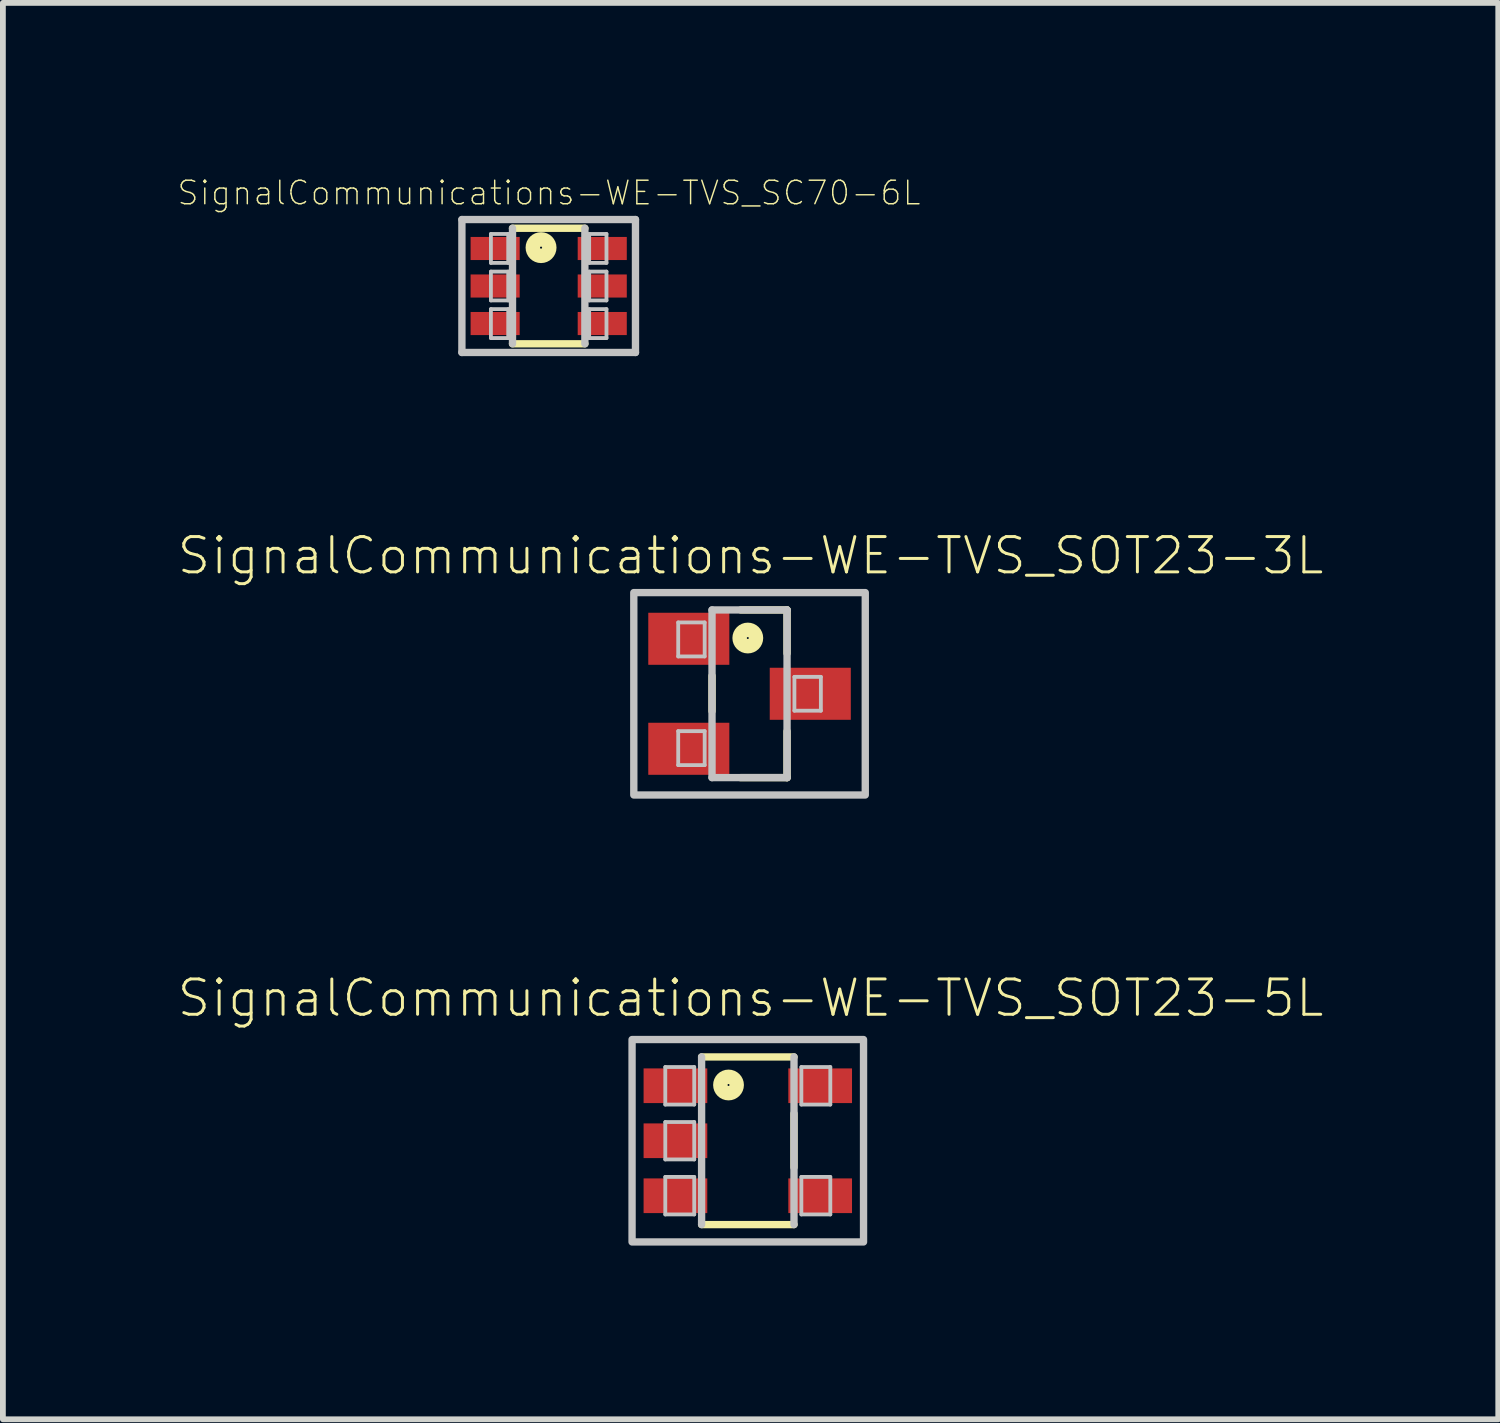
<source format=kicad_pcb>
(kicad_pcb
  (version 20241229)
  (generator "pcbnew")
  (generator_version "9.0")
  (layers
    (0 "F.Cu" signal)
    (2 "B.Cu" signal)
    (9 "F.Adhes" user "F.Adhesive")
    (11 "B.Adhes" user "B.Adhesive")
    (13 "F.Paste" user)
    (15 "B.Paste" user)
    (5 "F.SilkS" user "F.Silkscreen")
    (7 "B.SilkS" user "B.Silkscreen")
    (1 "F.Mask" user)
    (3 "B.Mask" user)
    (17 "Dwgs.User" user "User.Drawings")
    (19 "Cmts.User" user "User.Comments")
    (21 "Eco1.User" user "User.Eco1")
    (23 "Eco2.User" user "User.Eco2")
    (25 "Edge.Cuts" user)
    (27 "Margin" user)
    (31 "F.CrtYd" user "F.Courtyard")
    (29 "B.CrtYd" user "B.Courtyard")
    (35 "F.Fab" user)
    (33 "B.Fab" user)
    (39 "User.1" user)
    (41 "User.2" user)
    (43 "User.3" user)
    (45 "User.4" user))
  (footprint "SignalCommunications-WE-TVS_SC70-6L"
    (layer "F.Cu")
    (at 6.427 1.89)
    (property "Reference" "SignalCommunications-WE-TVS_SC70-6L" (at 0.005 -1.608 0) (layer "F.SilkS") (effects (font (size 0.406 0.406) (thickness 0.025))))
    (attr smd)
    (fp_line (start -0.625 -0.998) (end 0.625 -0.998) (stroke (width 0.127) (type solid)) (layer "F.SilkS"))
    (fp_line (start 0.625 0.998) (end -0.625 0.998) (stroke (width 0.127) (type solid)) (layer "F.SilkS"))
    (fp_circle (center -0.132 -0.663) (end -0.132 -0.681) (stroke (width 0.249) (type solid)) (fill no) (layer "F.SilkS"))
    (fp_line (start -1.499 -1.148) (end 1.499 -1.148) (stroke (width 0.127) (type solid)) (layer "Dwgs.User"))
    (fp_line (start -1.499 1.148) (end -1.499 -1.148) (stroke (width 0.127) (type solid)) (layer "Dwgs.User"))
    (fp_line (start -0.998 -0.899) (end -0.699 -0.899) (stroke (width 0.066) (type solid)) (layer "Dwgs.User"))
    (fp_line (start -0.998 -0.399) (end -0.998 -0.899) (stroke (width 0.066) (type solid)) (layer "Dwgs.User"))
    (fp_line (start -0.998 -0.399) (end -0.699 -0.399) (stroke (width 0.066) (type solid)) (layer "Dwgs.User"))
    (fp_line (start -0.998 -0.249) (end -0.699 -0.249) (stroke (width 0.066) (type solid)) (layer "Dwgs.User"))
    (fp_line (start -0.998 0.249) (end -0.998 -0.249) (stroke (width 0.066) (type solid)) (layer "Dwgs.User"))
    (fp_line (start -0.998 0.249) (end -0.699 0.249) (stroke (width 0.066) (type solid)) (layer "Dwgs.User"))
    (fp_line (start -0.998 0.399) (end -0.699 0.399) (stroke (width 0.066) (type solid)) (layer "Dwgs.User"))
    (fp_line (start -0.998 0.899) (end -0.998 0.399) (stroke (width 0.066) (type solid)) (layer "Dwgs.User"))
    (fp_line (start -0.998 0.899) (end -0.699 0.899) (stroke (width 0.066) (type solid)) (layer "Dwgs.User"))
    (fp_line (start -0.699 -0.399) (end -0.699 -0.899) (stroke (width 0.066) (type solid)) (layer "Dwgs.User"))
    (fp_line (start -0.699 0.249) (end -0.699 -0.249) (stroke (width 0.066) (type solid)) (layer "Dwgs.User"))
    (fp_line (start -0.699 0.899) (end -0.699 0.399) (stroke (width 0.066) (type solid)) (layer "Dwgs.User"))
    (fp_line (start -0.625 0.998) (end -0.625 -0.998) (stroke (width 0.127) (type solid)) (layer "Dwgs.User"))
    (fp_line (start 0.625 -0.998) (end 0.625 0.998) (stroke (width 0.127) (type solid)) (layer "Dwgs.User"))
    (fp_line (start 0.699 -0.899) (end 0.998 -0.899) (stroke (width 0.066) (type solid)) (layer "Dwgs.User"))
    (fp_line (start 0.699 -0.399) (end 0.699 -0.899) (stroke (width 0.066) (type solid)) (layer "Dwgs.User"))
    (fp_line (start 0.699 -0.399) (end 0.998 -0.399) (stroke (width 0.066) (type solid)) (layer "Dwgs.User"))
    (fp_line (start 0.699 -0.249) (end 0.998 -0.249) (stroke (width 0.066) (type solid)) (layer "Dwgs.User"))
    (fp_line (start 0.699 0.249) (end 0.699 -0.249) (stroke (width 0.066) (type solid)) (layer "Dwgs.User"))
    (fp_line (start 0.699 0.249) (end 0.998 0.249) (stroke (width 0.066) (type solid)) (layer "Dwgs.User"))
    (fp_line (start 0.699 0.399) (end 0.998 0.399) (stroke (width 0.066) (type solid)) (layer "Dwgs.User"))
    (fp_line (start 0.699 0.899) (end 0.699 0.399) (stroke (width 0.066) (type solid)) (layer "Dwgs.User"))
    (fp_line (start 0.699 0.899) (end 0.998 0.899) (stroke (width 0.066) (type solid)) (layer "Dwgs.User"))
    (fp_line (start 0.998 -0.399) (end 0.998 -0.899) (stroke (width 0.066) (type solid)) (layer "Dwgs.User"))
    (fp_line (start 0.998 0.249) (end 0.998 -0.249) (stroke (width 0.066) (type solid)) (layer "Dwgs.User"))
    (fp_line (start 0.998 0.899) (end 0.998 0.399) (stroke (width 0.066) (type solid)) (layer "Dwgs.User"))
    (fp_line (start 1.499 -1.148) (end 1.499 1.148) (stroke (width 0.127) (type solid)) (layer "Dwgs.User"))
    (fp_line (start 1.499 1.148) (end -1.499 1.148) (stroke (width 0.127) (type solid)) (layer "Dwgs.User"))
    (pad "1" smd rect (at -0.925 -0.648 270) (size 0.399 0.848) (layers "F.Cu" "F.Mask" "F.Paste"))
    (pad "2" smd rect (at -0.925 0 270) (size 0.399 0.848) (layers "F.Cu" "F.Mask" "F.Paste"))
    (pad "3" smd rect (at -0.925 0.648 270) (size 0.399 0.848) (layers "F.Cu" "F.Mask" "F.Paste"))
    (pad "4" smd rect (at 0.925 0.648 270) (size 0.399 0.848) (layers "F.Cu" "F.Mask" "F.Paste"))
    (pad "5" smd rect (at 0.925 0 270) (size 0.399 0.848) (layers "F.Cu" "F.Mask" "F.Paste"))
    (pad "6" smd rect (at 0.925 -0.648 270) (size 0.399 0.848) (layers "F.Cu" "F.Mask" "F.Paste")))
  (footprint "SignalCommunications-WE-TVS_SOT23-3L"
    (layer "F.Cu")
    (at 9.896 8.933)
    (property "Reference" "SignalCommunications-WE-TVS_SOT23-3L" (at 0.018 -2.385 0) (layer "F.SilkS") (effects (font (size 0.61 0.61) (thickness 0.051))))
    (attr smd)
    (fp_line (start -0.648 -0.31) (end -0.648 0.3) (stroke (width 0.127) (type solid)) (layer "F.SilkS"))
    (fp_line (start 0.648 -1.448) (end -0.15 -1.448) (stroke (width 0.127) (type solid)) (layer "F.SilkS"))
    (fp_line (start 0.648 -0.699) (end 0.648 -1.448) (stroke (width 0.127) (type solid)) (layer "F.SilkS"))
    (fp_line (start 0.648 0.648) (end 0.648 1.448) (stroke (width 0.127) (type solid)) (layer "F.SilkS"))
    (fp_line (start 0.648 1.448) (end -0.157 1.448) (stroke (width 0.127) (type solid)) (layer "F.SilkS"))
    (fp_circle (center -0.03 -0.963) (end -0.03 -0.98) (stroke (width 0.249) (type solid)) (fill no) (layer "F.SilkS"))
    (fp_line (start -1.232 -1.232) (end -0.775 -1.232) (stroke (width 0.066) (type solid)) (layer "Dwgs.User"))
    (fp_line (start -1.232 -0.645) (end -1.232 -1.232) (stroke (width 0.066) (type solid)) (layer "Dwgs.User"))
    (fp_line (start -1.232 -0.645) (end -0.775 -0.645) (stroke (width 0.066) (type solid)) (layer "Dwgs.User"))
    (fp_line (start -1.232 0.645) (end -0.775 0.645) (stroke (width 0.066) (type solid)) (layer "Dwgs.User"))
    (fp_line (start -1.232 1.232) (end -1.232 0.645) (stroke (width 0.066) (type solid)) (layer "Dwgs.User"))
    (fp_line (start -1.232 1.232) (end -0.775 1.232) (stroke (width 0.066) (type solid)) (layer "Dwgs.User"))
    (fp_line (start -0.775 -0.645) (end -0.775 -1.232) (stroke (width 0.066) (type solid)) (layer "Dwgs.User"))
    (fp_line (start -0.775 1.232) (end -0.775 0.645) (stroke (width 0.066) (type solid)) (layer "Dwgs.User"))
    (fp_line (start -0.648 -1.448) (end 0.648 -1.448) (stroke (width 0.127) (type solid)) (layer "Dwgs.User"))
    (fp_line (start -0.648 1.448) (end -0.648 -1.448) (stroke (width 0.127) (type solid)) (layer "Dwgs.User"))
    (fp_line (start 0.648 -1.448) (end 0.648 1.448) (stroke (width 0.127) (type solid)) (layer "Dwgs.User"))
    (fp_line (start 0.648 1.448) (end -0.648 1.448) (stroke (width 0.127) (type solid)) (layer "Dwgs.User"))
    (fp_line (start 0.775 -0.292) (end 1.232 -0.292) (stroke (width 0.066) (type solid)) (layer "Dwgs.User"))
    (fp_line (start 0.775 0.292) (end 0.775 -0.292) (stroke (width 0.066) (type solid)) (layer "Dwgs.User"))
    (fp_line (start 0.775 0.292) (end 1.232 0.292) (stroke (width 0.066) (type solid)) (layer "Dwgs.User"))
    (fp_line (start 1.232 0.292) (end 1.232 -0.292) (stroke (width 0.066) (type solid)) (layer "Dwgs.User"))
    (fp_poly (pts (xy 1.999 -1.748) (xy 1.999 1.748) (xy -1.999 1.748) (xy -1.999 -1.748) (xy 1.999 -1.748)) (stroke (width 0.127) (type solid)) (fill no) (layer "Dwgs.User"))
    (pad "1" smd rect (at -1.049 -0.95 270) (size 0.899 1.4) (layers "F.Cu" "F.Mask" "F.Paste"))
    (pad "2" smd rect (at -1.049 0.95 270) (size 0.899 1.4) (layers "F.Cu" "F.Mask" "F.Paste"))
    (pad "3" smd rect (at 1.049 0 270) (size 0.899 1.4) (layers "F.Cu" "F.Mask" "F.Paste")))
  (footprint "SignalCommunications-WE-TVS_SOT23-5L"
    (layer "F.Cu")
    (at 9.866 16.653)
    (property "Reference" "SignalCommunications-WE-TVS_SOT23-5L" (at 0.048 -2.464 0) (layer "F.SilkS") (effects (font (size 0.61 0.61) (thickness 0.051))))
    (attr smd)
    (fp_line (start -0.798 -1.448) (end 0.798 -1.448) (stroke (width 0.127) (type solid)) (layer "F.SilkS"))
    (fp_line (start 0.798 -0.47) (end 0.798 0.46) (stroke (width 0.127) (type solid)) (layer "F.SilkS"))
    (fp_line (start 0.798 1.448) (end -0.798 1.448) (stroke (width 0.127) (type solid)) (layer "F.SilkS"))
    (fp_circle (center -0.333 -0.963) (end -0.333 -0.98) (stroke (width 0.249) (type solid)) (fill no) (layer "F.SilkS"))
    (fp_line (start -1.425 -1.273) (end -0.925 -1.273) (stroke (width 0.066) (type solid)) (layer "Dwgs.User"))
    (fp_line (start -1.425 -0.625) (end -1.425 -1.273) (stroke (width 0.066) (type solid)) (layer "Dwgs.User"))
    (fp_line (start -1.425 -0.625) (end -0.925 -0.625) (stroke (width 0.066) (type solid)) (layer "Dwgs.User"))
    (fp_line (start -1.425 -0.323) (end -0.925 -0.323) (stroke (width 0.066) (type solid)) (layer "Dwgs.User"))
    (fp_line (start -1.425 0.323) (end -1.425 -0.323) (stroke (width 0.066) (type solid)) (layer "Dwgs.User"))
    (fp_line (start -1.425 0.323) (end -0.925 0.323) (stroke (width 0.066) (type solid)) (layer "Dwgs.User"))
    (fp_line (start -1.425 0.625) (end -0.925 0.625) (stroke (width 0.066) (type solid)) (layer "Dwgs.User"))
    (fp_line (start -1.425 1.273) (end -1.425 0.625) (stroke (width 0.066) (type solid)) (layer "Dwgs.User"))
    (fp_line (start -1.425 1.273) (end -0.925 1.273) (stroke (width 0.066) (type solid)) (layer "Dwgs.User"))
    (fp_line (start -0.925 -0.625) (end -0.925 -1.273) (stroke (width 0.066) (type solid)) (layer "Dwgs.User"))
    (fp_line (start -0.925 0.323) (end -0.925 -0.323) (stroke (width 0.066) (type solid)) (layer "Dwgs.User"))
    (fp_line (start -0.925 1.273) (end -0.925 0.625) (stroke (width 0.066) (type solid)) (layer "Dwgs.User"))
    (fp_line (start -0.798 1.448) (end -0.798 -1.448) (stroke (width 0.127) (type solid)) (layer "Dwgs.User"))
    (fp_line (start 0.798 -1.448) (end 0.798 1.448) (stroke (width 0.127) (type solid)) (layer "Dwgs.User"))
    (fp_line (start 0.925 -1.273) (end 1.425 -1.273) (stroke (width 0.066) (type solid)) (layer "Dwgs.User"))
    (fp_line (start 0.925 -0.625) (end 0.925 -1.273) (stroke (width 0.066) (type solid)) (layer "Dwgs.User"))
    (fp_line (start 0.925 -0.625) (end 1.425 -0.625) (stroke (width 0.066) (type solid)) (layer "Dwgs.User"))
    (fp_line (start 0.925 0.625) (end 1.425 0.625) (stroke (width 0.066) (type solid)) (layer "Dwgs.User"))
    (fp_line (start 0.925 1.273) (end 0.925 0.625) (stroke (width 0.066) (type solid)) (layer "Dwgs.User"))
    (fp_line (start 0.925 1.273) (end 1.425 1.273) (stroke (width 0.066) (type solid)) (layer "Dwgs.User"))
    (fp_line (start 1.425 -0.625) (end 1.425 -1.273) (stroke (width 0.066) (type solid)) (layer "Dwgs.User"))
    (fp_line (start 1.425 1.273) (end 1.425 0.625) (stroke (width 0.066) (type solid)) (layer "Dwgs.User"))
    (fp_poly (pts (xy 1.999 -1.748) (xy 1.999 1.748) (xy -1.999 1.748) (xy -1.999 -1.748) (xy 1.999 -1.748)) (stroke (width 0.127) (type solid)) (fill no) (layer "Dwgs.User"))
    (pad "1" smd rect (at -1.25 -0.95 270) (size 0.599 1.1) (layers "F.Cu" "F.Mask" "F.Paste"))
    (pad "2" smd rect (at -1.25 0 270) (size 0.599 1.1) (layers "F.Cu" "F.Mask" "F.Paste"))
    (pad "3" smd rect (at -1.25 0.95 270) (size 0.599 1.1) (layers "F.Cu" "F.Mask" "F.Paste"))
    (pad "4" smd rect (at 1.25 0.95 270) (size 0.599 1.1) (layers "F.Cu" "F.Mask" "F.Paste"))
    (pad "5" smd rect (at 1.25 -0.95 270) (size 0.599 1.1) (layers "F.Cu" "F.Mask" "F.Paste")))
  (gr_rect
    (start -3 -3)
    (end 22.828 21.464)
    (stroke (width 0.1) (type default))
    (fill no)
    (layer "Edge.Cuts")))
</source>
